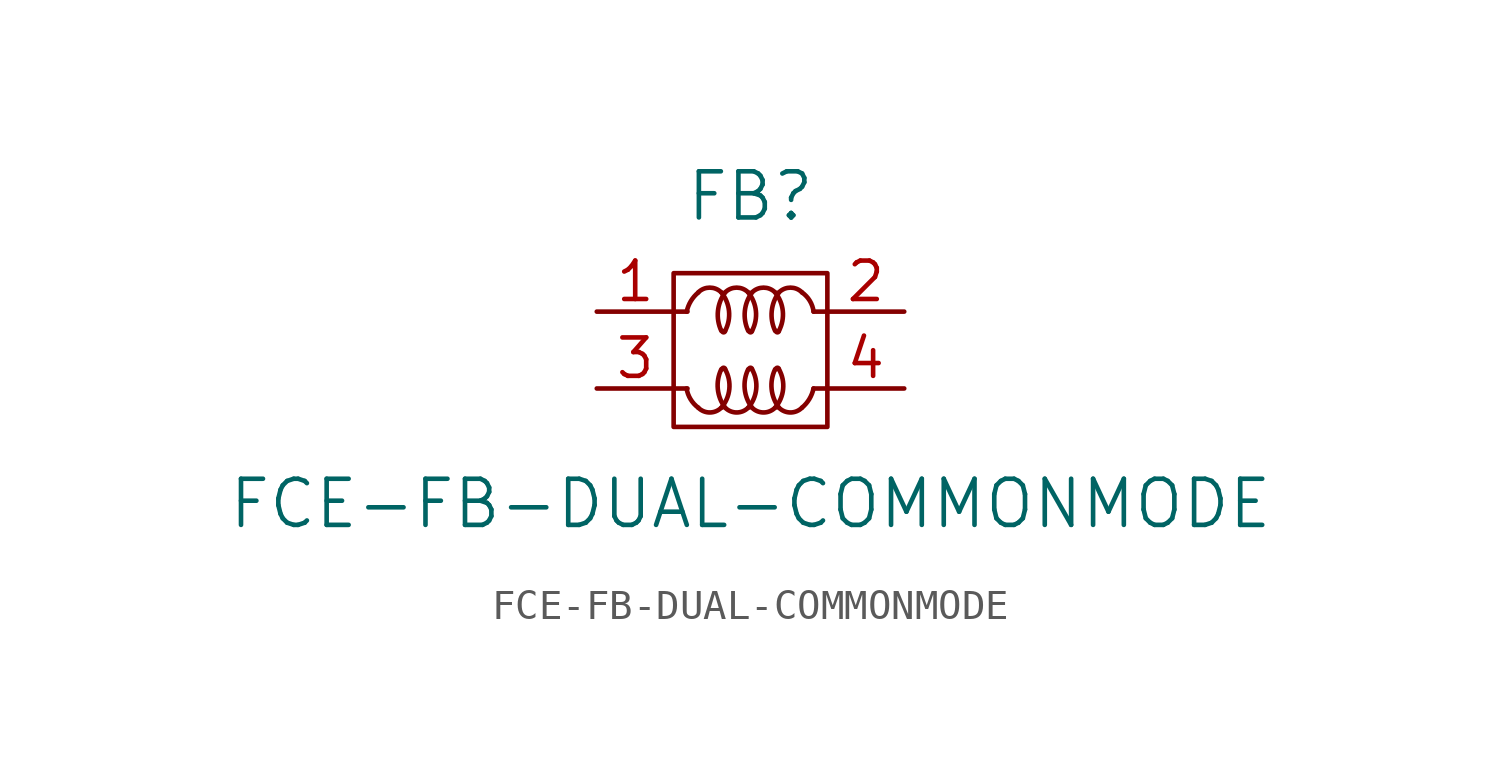
<source format=kicad_sym>
(kicad_symbol_lib
  (version 20211014)
  (generator kicad_symbol_editor)
  (symbol "FCE-FB-DUAL-COMMONMODE"
    (pin_names
      (offset 1.016))
    (property "Reference" "FB"
      (at 0 5.08 0)
      (effects (font (size 1.524 1.524))))
    (property "Value" "FCE-FB-DUAL-COMMONMODE"
      (at 0 -5.08 0)
      (effects (font (size 1.524 1.524))))
    (symbol "FCE-FB-DUAL-COMMONMODE_0_0"
      (arc (start -0.9398 0.635) (mid -0.889 0.5842) (end -0.8382 0.635) (stroke (width 0) (type default) (color 0 0 0 0)) (fill (type none)))
      (arc (start -0.8382 -0.635) (mid -0.889 -0.5842) (end -0.9398 -0.635) (stroke (width 0) (type default) (color 0 0 0 0)) (fill (type none)))
      (arc (start -0.0508 0.635) (mid 0 0.5842) (end 0.0508 0.635) (stroke (width 0) (type default) (color 0 0 0 0)) (fill (type none)))
      (polyline (pts (xy -2.54 -1.27) (xy -2.083 -1.27)) (stroke (width 0) (type default) (color 0 0 0 0)) (fill (type none)))
      (polyline (pts (xy -2.54 1.27) (xy -2.083 1.27)) (stroke (width 0) (type default) (color 0 0 0 0)) (fill (type none)))
      (polyline (pts (xy 2.083 -1.27) (xy 2.54 -1.27)) (stroke (width 0) (type default) (color 0 0 0 0)) (fill (type none)))
      (polyline (pts (xy 2.083 1.27) (xy 2.54 1.27)) (stroke (width 0) (type default) (color 0 0 0 0)) (fill (type none)))
      (arc (start 0.0508 -0.635) (mid 0 -0.5842) (end -0.0508 -0.635) (stroke (width 0) (type default) (color 0 0 0 0)) (fill (type none)))
      (arc (start 0.8382 0.635) (mid 0.889 0.5842) (end 0.9398 0.635) (stroke (width 0) (type default) (color 0 0 0 0)) (fill (type none)))
      (arc (start 0.9398 -0.635) (mid 0.889 -0.5842) (end 0.8382 -0.635) (stroke (width 0) (type default) (color 0 0 0 0)) (fill (type none))))
    (symbol "FCE-FB-DUAL-COMMONMODE_0_1"
      (arc (start -2.1082 -1.27) (mid -1.979 -1.6252) (end -1.7272 -1.905) (stroke (width 0) (type default) (color 0 0 0 0)) (fill (type none)))
      (arc (start -1.7272 -1.905) (mid -1.3462 -2.0628) (end -0.9652 -1.905) (stroke (width 0) (type default) (color 0 0 0 0)) (fill (type none)))
      (arc (start -1.7272 1.905) (mid -1.971 1.6205) (end -2.1082 1.27) (stroke (width 0) (type default) (color 0 0 0 0)) (fill (type none)))
      (arc (start -0.9652 -1.905) (mid -0.7001 -1.2886) (end -0.8382 -0.635) (stroke (width 0) (type default) (color 0 0 0 0)) (fill (type none)))
      (arc (start -0.9652 -0.635) (mid -1.0801 -1.2884) (end -0.8382 -1.905) (stroke (width 0) (type default) (color 0 0 0 0)) (fill (type none)))
      (arc (start -0.9652 1.905) (mid -1.3462 2.0628) (end -1.7272 1.905) (stroke (width 0) (type default) (color 0 0 0 0)) (fill (type none)))
      (arc (start -0.8382 -1.905) (mid -0.4572 -2.0628) (end -0.0762 -1.905) (stroke (width 0) (type default) (color 0 0 0 0)) (fill (type none)))
      (arc (start -0.8382 0.635) (mid -0.7101 1.2876) (end -0.9652 1.905) (stroke (width 0) (type default) (color 0 0 0 0)) (fill (type none)))
      (arc (start -0.8382 1.905) (mid -1.0762 1.288) (end -0.9652 0.635) (stroke (width 0) (type default) (color 0 0 0 0)) (fill (type none)))
      (arc (start -0.0762 -1.905) (mid 0.1889 -1.2886) (end 0.0508 -0.635) (stroke (width 0) (type default) (color 0 0 0 0)) (fill (type none)))
      (arc (start -0.0762 -0.635) (mid -0.1911 -1.2884) (end 0.0508 -1.905) (stroke (width 0) (type default) (color 0 0 0 0)) (fill (type none)))
      (arc (start -0.0762 1.905) (mid -0.4572 2.0628) (end -0.8382 1.905) (stroke (width 0) (type default) (color 0 0 0 0)) (fill (type none)))
      (polyline (pts (xy -2.54 2.54) (xy 2.54 2.54) (xy 2.54 -2.54) (xy -2.54 -2.54) (xy -2.54 2.54)) (stroke (width 0) (type default) (color 0 0 0 0)) (fill (type none)))
      (arc (start 0.0508 -1.905) (mid 0.4318 -2.0628) (end 0.8128 -1.905) (stroke (width 0) (type default) (color 0 0 0 0)) (fill (type none)))
      (arc (start 0.0508 0.635) (mid 0.1789 1.2876) (end -0.0762 1.905) (stroke (width 0) (type default) (color 0 0 0 0)) (fill (type none)))
      (arc (start 0.0508 1.905) (mid -0.1872 1.288) (end -0.0762 0.635) (stroke (width 0) (type default) (color 0 0 0 0)) (fill (type none)))
      (arc (start 0.8128 -1.905) (mid 1.0779 -1.2886) (end 0.9398 -0.635) (stroke (width 0) (type default) (color 0 0 0 0)) (fill (type none)))
      (arc (start 0.8128 -0.635) (mid 0.6979 -1.2884) (end 0.9398 -1.905) (stroke (width 0) (type default) (color 0 0 0 0)) (fill (type none)))
      (arc (start 0.8128 1.905) (mid 0.4318 2.0628) (end 0.0508 1.905) (stroke (width 0) (type default) (color 0 0 0 0)) (fill (type none)))
      (arc (start 0.9398 -1.905) (mid 1.3208 -2.0628) (end 1.7018 -1.905) (stroke (width 0) (type default) (color 0 0 0 0)) (fill (type none)))
      (arc (start 0.9398 0.635) (mid 1.0679 1.2876) (end 0.8128 1.905) (stroke (width 0) (type default) (color 0 0 0 0)) (fill (type none)))
      (arc (start 0.9398 1.905) (mid 0.7018 1.288) (end 0.8128 0.635) (stroke (width 0) (type default) (color 0 0 0 0)) (fill (type none)))
      (arc (start 1.7018 -1.905) (mid 1.9444 -1.6207) (end 2.0828 -1.27) (stroke (width 0) (type default) (color 0 0 0 0)) (fill (type none)))
      (arc (start 1.7018 1.905) (mid 1.3208 2.0628) (end 0.9398 1.905) (stroke (width 0) (type default) (color 0 0 0 0)) (fill (type none)))
      (arc (start 2.0828 1.27) (mid 1.9581 1.6285) (end 1.7018 1.905) (stroke (width 0) (type default) (color 0 0 0 0)) (fill (type none))))
    (symbol "FCE-FB-DUAL-COMMONMODE_1_1"
      (pin passive line (at -5.08 1.27 0) (length 2.54) (name "~" (effects (font (size 1.27 1.27)))) (number "1" (effects (font (size 1.27 1.27)))))
      (pin passive line (at 5.08 1.27 180) (length 2.54) (name "~" (effects (font (size 1.27 1.27)))) (number "2" (effects (font (size 1.27 1.27)))))
      (pin passive line (at -5.08 -1.27 0) (length 2.54) (name "~" (effects (font (size 1.27 1.27)))) (number "3" (effects (font (size 1.27 1.27)))))
      (pin passive line (at 5.08 -1.27 180) (length 2.54) (name "~" (effects (font (size 1.27 1.27)))) (number "4" (effects (font (size 1.27 1.27))))))))
</source>
